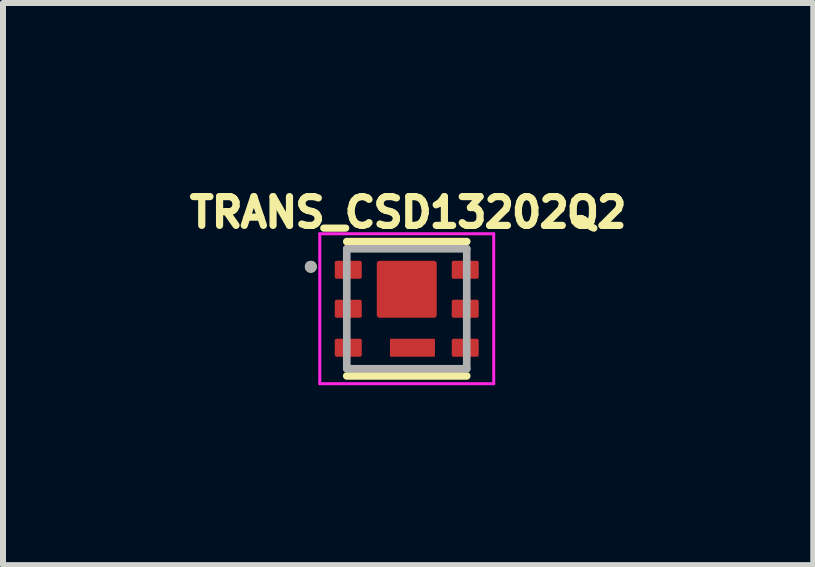
<source format=kicad_pcb>
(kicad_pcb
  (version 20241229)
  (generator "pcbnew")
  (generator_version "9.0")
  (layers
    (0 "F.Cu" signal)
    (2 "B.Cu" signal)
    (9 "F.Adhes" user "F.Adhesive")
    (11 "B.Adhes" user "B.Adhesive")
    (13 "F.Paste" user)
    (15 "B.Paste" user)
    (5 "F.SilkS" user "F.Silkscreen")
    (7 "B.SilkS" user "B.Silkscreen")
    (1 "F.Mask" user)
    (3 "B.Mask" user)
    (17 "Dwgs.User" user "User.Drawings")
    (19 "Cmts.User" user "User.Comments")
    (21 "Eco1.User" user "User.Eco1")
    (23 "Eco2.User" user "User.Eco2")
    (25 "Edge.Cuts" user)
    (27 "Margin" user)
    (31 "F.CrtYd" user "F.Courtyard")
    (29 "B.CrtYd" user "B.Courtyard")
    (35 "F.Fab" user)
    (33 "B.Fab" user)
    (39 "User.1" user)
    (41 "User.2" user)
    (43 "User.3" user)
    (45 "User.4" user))
  (footprint "TRANS_CSD13202Q2"
    (layer "F.Cu")
    (at 3.732 2.098)
    (property "Reference" "TRANS_CSD13202Q2" (at 0.022 -1.606 0) (layer "F.SilkS") (effects (font (size 0.48 0.48) (thickness 0.15))))
    (attr smd)
    (fp_line (start -1 -1.12) (end 1 -1.12) (stroke (width 0.127) (type solid)) (layer "F.SilkS"))
    (fp_line (start -1 1.12) (end 1 1.12) (stroke (width 0.127) (type solid)) (layer "F.SilkS"))
    (fp_circle (center -1.6 -0.7) (end -1.55 -0.7) (stroke (width 0.1) (type solid)) (fill no) (layer "F.SilkS"))
    (fp_poly (pts (xy -0.45 -0.755) (xy 0.45 -0.755) (xy 0.45 0.105) (xy -0.45 0.105)) (stroke (width 0.01) (type solid)) (fill yes) (layer "F.Paste"))
    (fp_poly (pts (xy -0.255 0.505) (xy 0.445 0.505) (xy 0.445 0.795) (xy -0.255 0.795)) (stroke (width 0.01) (type solid)) (fill yes) (layer "F.Paste"))
    (fp_line (start -1.45 -1.25) (end 1.45 -1.25) (stroke (width 0.05) (type solid)) (layer "F.CrtYd"))
    (fp_line (start -1.45 1.25) (end -1.45 -1.25) (stroke (width 0.05) (type solid)) (layer "F.CrtYd"))
    (fp_line (start 1.45 -1.25) (end 1.45 1.25) (stroke (width 0.05) (type solid)) (layer "F.CrtYd"))
    (fp_line (start 1.45 1.25) (end -1.45 1.25) (stroke (width 0.05) (type solid)) (layer "F.CrtYd"))
    (fp_line (start -1 -1) (end 1 -1) (stroke (width 0.127) (type solid)) (layer "F.Fab"))
    (fp_line (start -1 1) (end -1 -1) (stroke (width 0.127) (type solid)) (layer "F.Fab"))
    (fp_line (start 1 -1) (end 1 1) (stroke (width 0.127) (type solid)) (layer "F.Fab"))
    (fp_line (start 1 1) (end -1 1) (stroke (width 0.127) (type solid)) (layer "F.Fab"))
    (fp_circle (center -1.6 -0.7) (end -1.55 -0.7) (stroke (width 0.1) (type solid)) (fill no) (layer "F.Fab"))
    (pad "1" smd roundrect (at -0.975 -0.65) (size 0.45 0.3) (layers "F.Cu" "F.Mask" "F.Paste") (roundrect_rratio 0.1))
    (pad "2" smd roundrect (at -0.975 0) (size 0.45 0.3) (layers "F.Cu" "F.Mask" "F.Paste") (roundrect_rratio 0.1))
    (pad "3" smd roundrect (at -0.975 0.65) (size 0.45 0.3) (layers "F.Cu" "F.Mask" "F.Paste") (roundrect_rratio 0.1))
    (pad "4" smd roundrect (at 0.975 0.65) (size 0.45 0.3) (layers "F.Cu" "F.Mask" "F.Paste") (roundrect_rratio 0.1))
    (pad "5" smd roundrect (at 0.975 0) (size 0.45 0.3) (layers "F.Cu" "F.Mask" "F.Paste") (roundrect_rratio 0.1))
    (pad "6" smd roundrect (at 0.975 -0.65) (size 0.45 0.3) (layers "F.Cu" "F.Mask" "F.Paste") (roundrect_rratio 0.1))
    (pad "7" smd roundrect (at 0.095 0.65) (size 0.75 0.3) (layers "F.Cu" "F.Mask") (roundrect_rratio 0.05))
    (pad "8" smd roundrect (at 0 -0.325) (size 1 0.95) (layers "F.Cu" "F.Mask") (roundrect_rratio 0.05)))
  (gr_rect
    (start -3 -3)
    (end 10.51 6.373)
    (stroke (width 0.1) (type default))
    (fill no)
    (layer "Edge.Cuts")))
</source>
